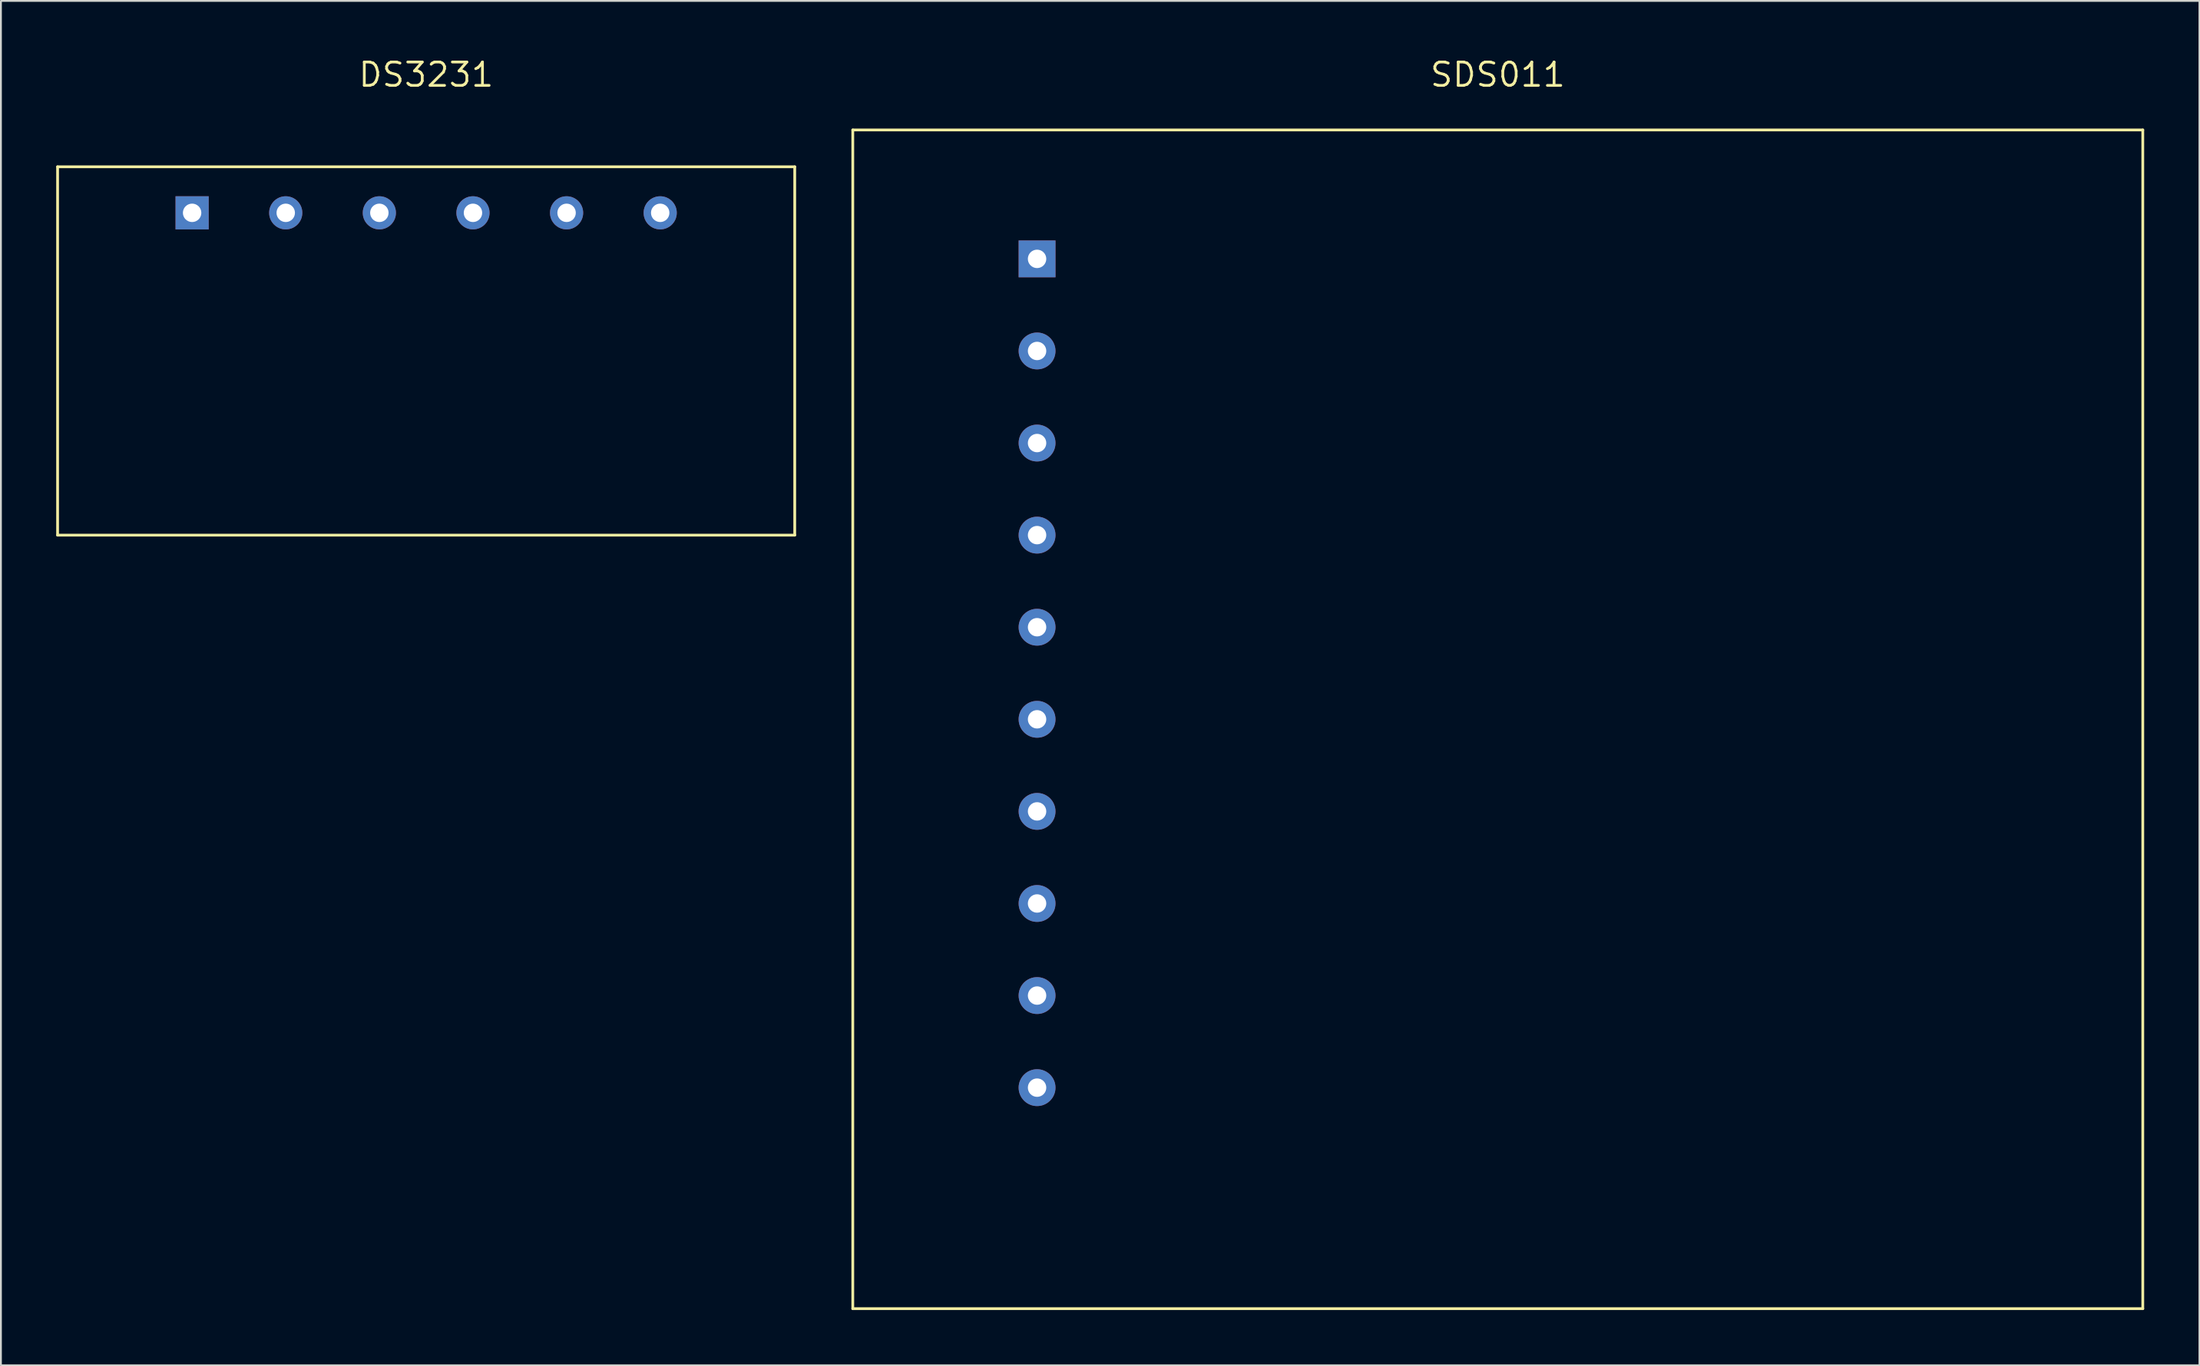
<source format=kicad_pcb>
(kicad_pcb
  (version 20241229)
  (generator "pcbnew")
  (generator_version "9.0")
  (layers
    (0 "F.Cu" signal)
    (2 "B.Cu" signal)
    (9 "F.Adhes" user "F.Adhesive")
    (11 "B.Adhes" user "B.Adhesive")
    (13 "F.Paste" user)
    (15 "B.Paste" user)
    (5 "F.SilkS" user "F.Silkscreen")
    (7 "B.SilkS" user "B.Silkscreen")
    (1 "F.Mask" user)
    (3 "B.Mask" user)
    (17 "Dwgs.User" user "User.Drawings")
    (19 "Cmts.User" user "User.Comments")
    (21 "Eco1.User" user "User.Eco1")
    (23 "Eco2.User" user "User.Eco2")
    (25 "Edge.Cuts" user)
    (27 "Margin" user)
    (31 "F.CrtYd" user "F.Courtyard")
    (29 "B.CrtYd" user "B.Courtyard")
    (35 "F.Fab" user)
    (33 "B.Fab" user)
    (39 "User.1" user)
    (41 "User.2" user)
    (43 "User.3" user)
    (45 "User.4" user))
  (footprint "DS3231"
    (layer "F.Cu")
    (at 20.075 16.006)
    (property "Reference" "DS3231" (at 0 -15 0) (layer "F.SilkS") (effects (font (size 1.27 1.27) (thickness 0.15))))
    (attr through_hole)
    (fp_line (start -20 -10) (end 20 -10) (stroke (width 0.15) (type solid)) (layer "F.SilkS"))
    (fp_line (start -20 10) (end -20 -10) (stroke (width 0.15) (type solid)) (layer "F.SilkS"))
    (fp_line (start 20 -10) (end 20 10) (stroke (width 0.15) (type solid)) (layer "F.SilkS"))
    (fp_line (start 20 10) (end -20 10) (stroke (width 0.15) (type solid)) (layer "F.SilkS"))
    (pad "1" thru_hole rect (at -12.7 -7.5) (size 1.8 1.8) (drill 1) (layers "*.Cu" "*.Mask"))
    (pad "2" thru_hole circle (at -7.62 -7.5) (size 1.8 1.8) (drill 1) (layers "*.Cu" "*.Mask"))
    (pad "3" thru_hole circle (at -2.54 -7.5) (size 1.8 1.8) (drill 1) (layers "*.Cu" "*.Mask"))
    (pad "4" thru_hole circle (at 2.54 -7.5) (size 1.8 1.8) (drill 1) (layers "*.Cu" "*.Mask"))
    (pad "5" thru_hole circle (at 7.62 -7.5) (size 1.8 1.8) (drill 1) (layers "*.Cu" "*.Mask"))
    (pad "6" thru_hole circle (at 12.7 -7.5) (size 1.8 1.8) (drill 1) (layers "*.Cu" "*.Mask")))
  (footprint "SDS011"
    (layer "F.Cu")
    (at 78.225 36.006)
    (property "Reference" "SDS011" (at 0 -35 0) (layer "F.SilkS") (effects (font (size 1.27 1.27) (thickness 0.15))))
    (attr through_hole)
    (fp_line (start -35 -32) (end 35 -32) (stroke (width 0.15) (type solid)) (layer "F.SilkS"))
    (fp_line (start -35 32) (end -35 -32) (stroke (width 0.15) (type solid)) (layer "F.SilkS"))
    (fp_line (start 35 -32) (end 35 32) (stroke (width 0.15) (type solid)) (layer "F.SilkS"))
    (fp_line (start 35 32) (end -35 32) (stroke (width 0.15) (type solid)) (layer "F.SilkS"))
    (pad "1" thru_hole rect (at -25 -25) (size 2 2) (drill 1) (layers "*.Cu" "*.Mask"))
    (pad "2" thru_hole circle (at -25 -20) (size 2 2) (drill 1) (layers "*.Cu" "*.Mask"))
    (pad "3" thru_hole circle (at -25 -15) (size 2 2) (drill 1) (layers "*.Cu" "*.Mask"))
    (pad "4" thru_hole circle (at -25 -10) (size 2 2) (drill 1) (layers "*.Cu" "*.Mask"))
    (pad "5" thru_hole circle (at -25 -5) (size 2 2) (drill 1) (layers "*.Cu" "*.Mask"))
    (pad "6" thru_hole circle (at -25 0) (size 2 2) (drill 1) (layers "*.Cu" "*.Mask"))
    (pad "7" thru_hole circle (at -25 5) (size 2 2) (drill 1) (layers "*.Cu" "*.Mask"))
    (pad "8" thru_hole circle (at -25 10) (size 2 2) (drill 1) (layers "*.Cu" "*.Mask"))
    (pad "9" thru_hole circle (at -25 15) (size 2 2) (drill 1) (layers "*.Cu" "*.Mask"))
    (pad "10" thru_hole circle (at -25 20) (size 2 2) (drill 1) (layers "*.Cu" "*.Mask")))
  (gr_rect
    (start -3 -3)
    (end 116.3 71.081)
    (stroke (width 0.1) (type default))
    (fill no)
    (layer "Edge.Cuts")))
</source>
